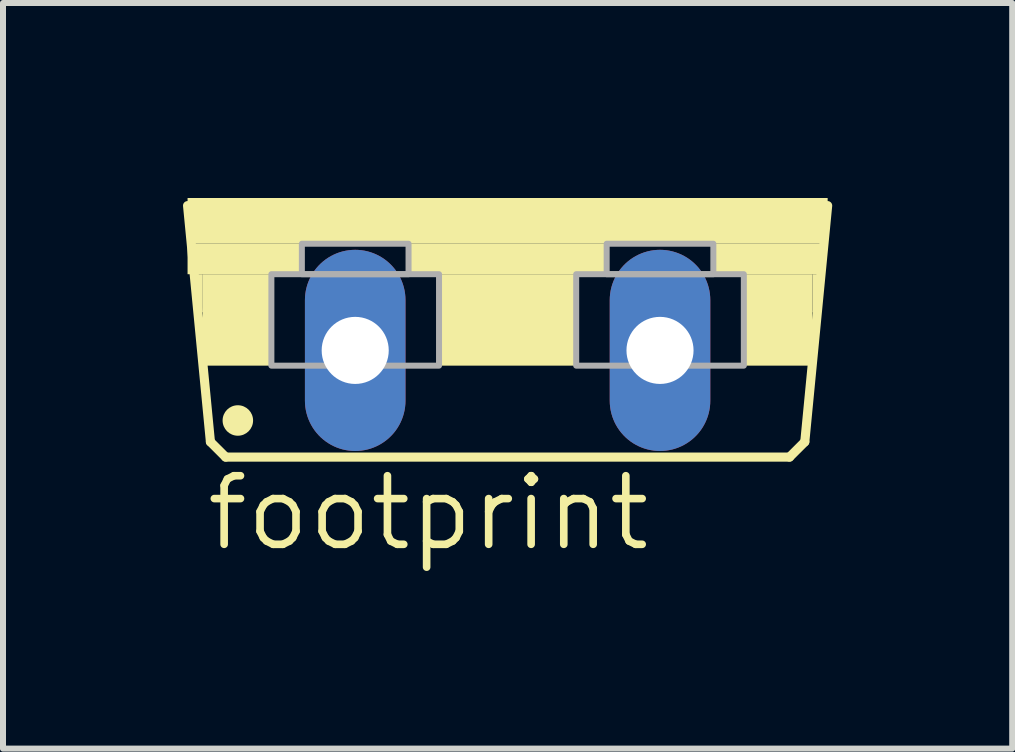
<source format=kicad_pcb>
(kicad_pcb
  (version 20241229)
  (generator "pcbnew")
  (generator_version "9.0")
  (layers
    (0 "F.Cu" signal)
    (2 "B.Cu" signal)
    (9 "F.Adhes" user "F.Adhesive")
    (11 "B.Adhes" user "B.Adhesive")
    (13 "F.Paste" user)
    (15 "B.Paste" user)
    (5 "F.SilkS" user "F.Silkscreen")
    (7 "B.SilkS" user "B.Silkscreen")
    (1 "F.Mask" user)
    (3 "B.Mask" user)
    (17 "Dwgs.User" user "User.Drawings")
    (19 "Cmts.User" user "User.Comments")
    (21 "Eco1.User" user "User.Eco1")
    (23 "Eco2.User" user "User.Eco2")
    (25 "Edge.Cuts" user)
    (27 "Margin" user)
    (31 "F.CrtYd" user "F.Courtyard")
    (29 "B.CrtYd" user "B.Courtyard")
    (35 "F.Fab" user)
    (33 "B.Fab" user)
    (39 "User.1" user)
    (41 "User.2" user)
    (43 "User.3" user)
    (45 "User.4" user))
  (footprint "footprint"
    (layer "F.Cu")
    (at 5.41 0.25)
    (property "Reference" "footprint" (at -5.08 5.918 0) (layer "F.SilkS") (effects (font (size 1.143 1.143) (thickness 0.127)) (justify left bottom)))
    (fp_line (start -4.953 4.064) (end -5.334 0.127) (stroke (width 0.152) (type solid)) (layer "F.SilkS"))
    (fp_line (start -4.953 4.064) (end -4.699 4.318) (stroke (width 0.152) (type solid)) (layer "F.SilkS"))
    (fp_line (start 4.699 4.318) (end -4.699 4.318) (stroke (width 0.152) (type solid)) (layer "F.SilkS"))
    (fp_line (start 4.699 4.318) (end 4.953 4.064) (stroke (width 0.152) (type solid)) (layer "F.SilkS"))
    (fp_line (start 5.334 0.127) (end 4.953 4.064) (stroke (width 0.152) (type solid)) (layer "F.SilkS"))
    (fp_circle (center -4.496 3.708) (end -4.369 3.708) (stroke (width 0.254) (type solid)) (fill yes) (layer "F.SilkS"))
    (fp_poly (pts (xy -5.334 0.762) (xy 5.334 0.762) (xy 5.334 0) (xy -5.334 0)) (stroke (width 0) (type solid)) (fill yes) (layer "F.SilkS"))
    (fp_poly (pts (xy -5.334 1.27) (xy -3.429 1.27) (xy -3.429 0.762) (xy -5.334 0.762)) (stroke (width 0) (type solid)) (fill yes) (layer "F.SilkS"))
    (fp_poly (pts (xy -5.207 1.905) (xy -5.08 1.905) (xy -5.08 1.27) (xy -5.207 1.27)) (stroke (width 0) (type solid)) (fill yes) (layer "F.SilkS"))
    (fp_poly (pts (xy -5.08 2.794) (xy -3.937 2.794) (xy -3.937 1.27) (xy -5.08 1.27)) (stroke (width 0) (type solid)) (fill yes) (layer "F.SilkS"))
    (fp_poly (pts (xy -1.651 1.27) (xy 1.651 1.27) (xy 1.651 0.762) (xy -1.651 0.762)) (stroke (width 0) (type solid)) (fill yes) (layer "F.SilkS"))
    (fp_poly (pts (xy -1.143 2.794) (xy 1.143 2.794) (xy 1.143 1.27) (xy -1.143 1.27)) (stroke (width 0) (type solid)) (fill yes) (layer "F.SilkS"))
    (fp_poly (pts (xy 3.429 1.27) (xy 5.207 1.27) (xy 5.207 0.762) (xy 3.429 0.762)) (stroke (width 0) (type solid)) (fill yes) (layer "F.SilkS"))
    (fp_poly (pts (xy 3.937 2.794) (xy 5.08 2.794) (xy 5.08 1.27) (xy 3.937 1.27)) (stroke (width 0) (type solid)) (fill yes) (layer "F.SilkS"))
    (fp_poly (pts (xy 5.08 1.905) (xy 5.207 1.905) (xy 5.207 1.27) (xy 5.08 1.27)) (stroke (width 0) (type solid)) (fill yes) (layer "F.SilkS"))
    (fp_poly (pts (xy -3.937 2.794) (xy -1.143 2.794) (xy -1.143 1.27) (xy -3.937 1.27)) (stroke (width 0.1) (type solid)) (fill no) (layer "F.Fab"))
    (fp_poly (pts (xy -3.429 1.27) (xy -1.651 1.27) (xy -1.651 0.762) (xy -3.429 0.762)) (stroke (width 0.1) (type solid)) (fill no) (layer "F.Fab"))
    (fp_poly (pts (xy 1.143 2.794) (xy 3.937 2.794) (xy 3.937 1.27) (xy 1.143 1.27)) (stroke (width 0.1) (type solid)) (fill no) (layer "F.Fab"))
    (fp_poly (pts (xy 1.651 1.27) (xy 3.429 1.27) (xy 3.429 0.762) (xy 1.651 0.762)) (stroke (width 0.1) (type solid)) (fill no) (layer "F.Fab"))
    (pad "A" thru_hole oval (at 2.54 2.54 90) (size 3.353 1.676) (drill 1.118) (layers "*.Cu" "*.Mask"))
    (pad "C" thru_hole oval (at -2.54 2.54 90) (size 3.353 1.676) (drill 1.118) (layers "*.Cu" "*.Mask")))
  (gr_rect
    (start -3 -3)
    (end 13.82 9.427)
    (stroke (width 0.1) (type default))
    (fill no)
    (layer "Edge.Cuts")))
</source>
